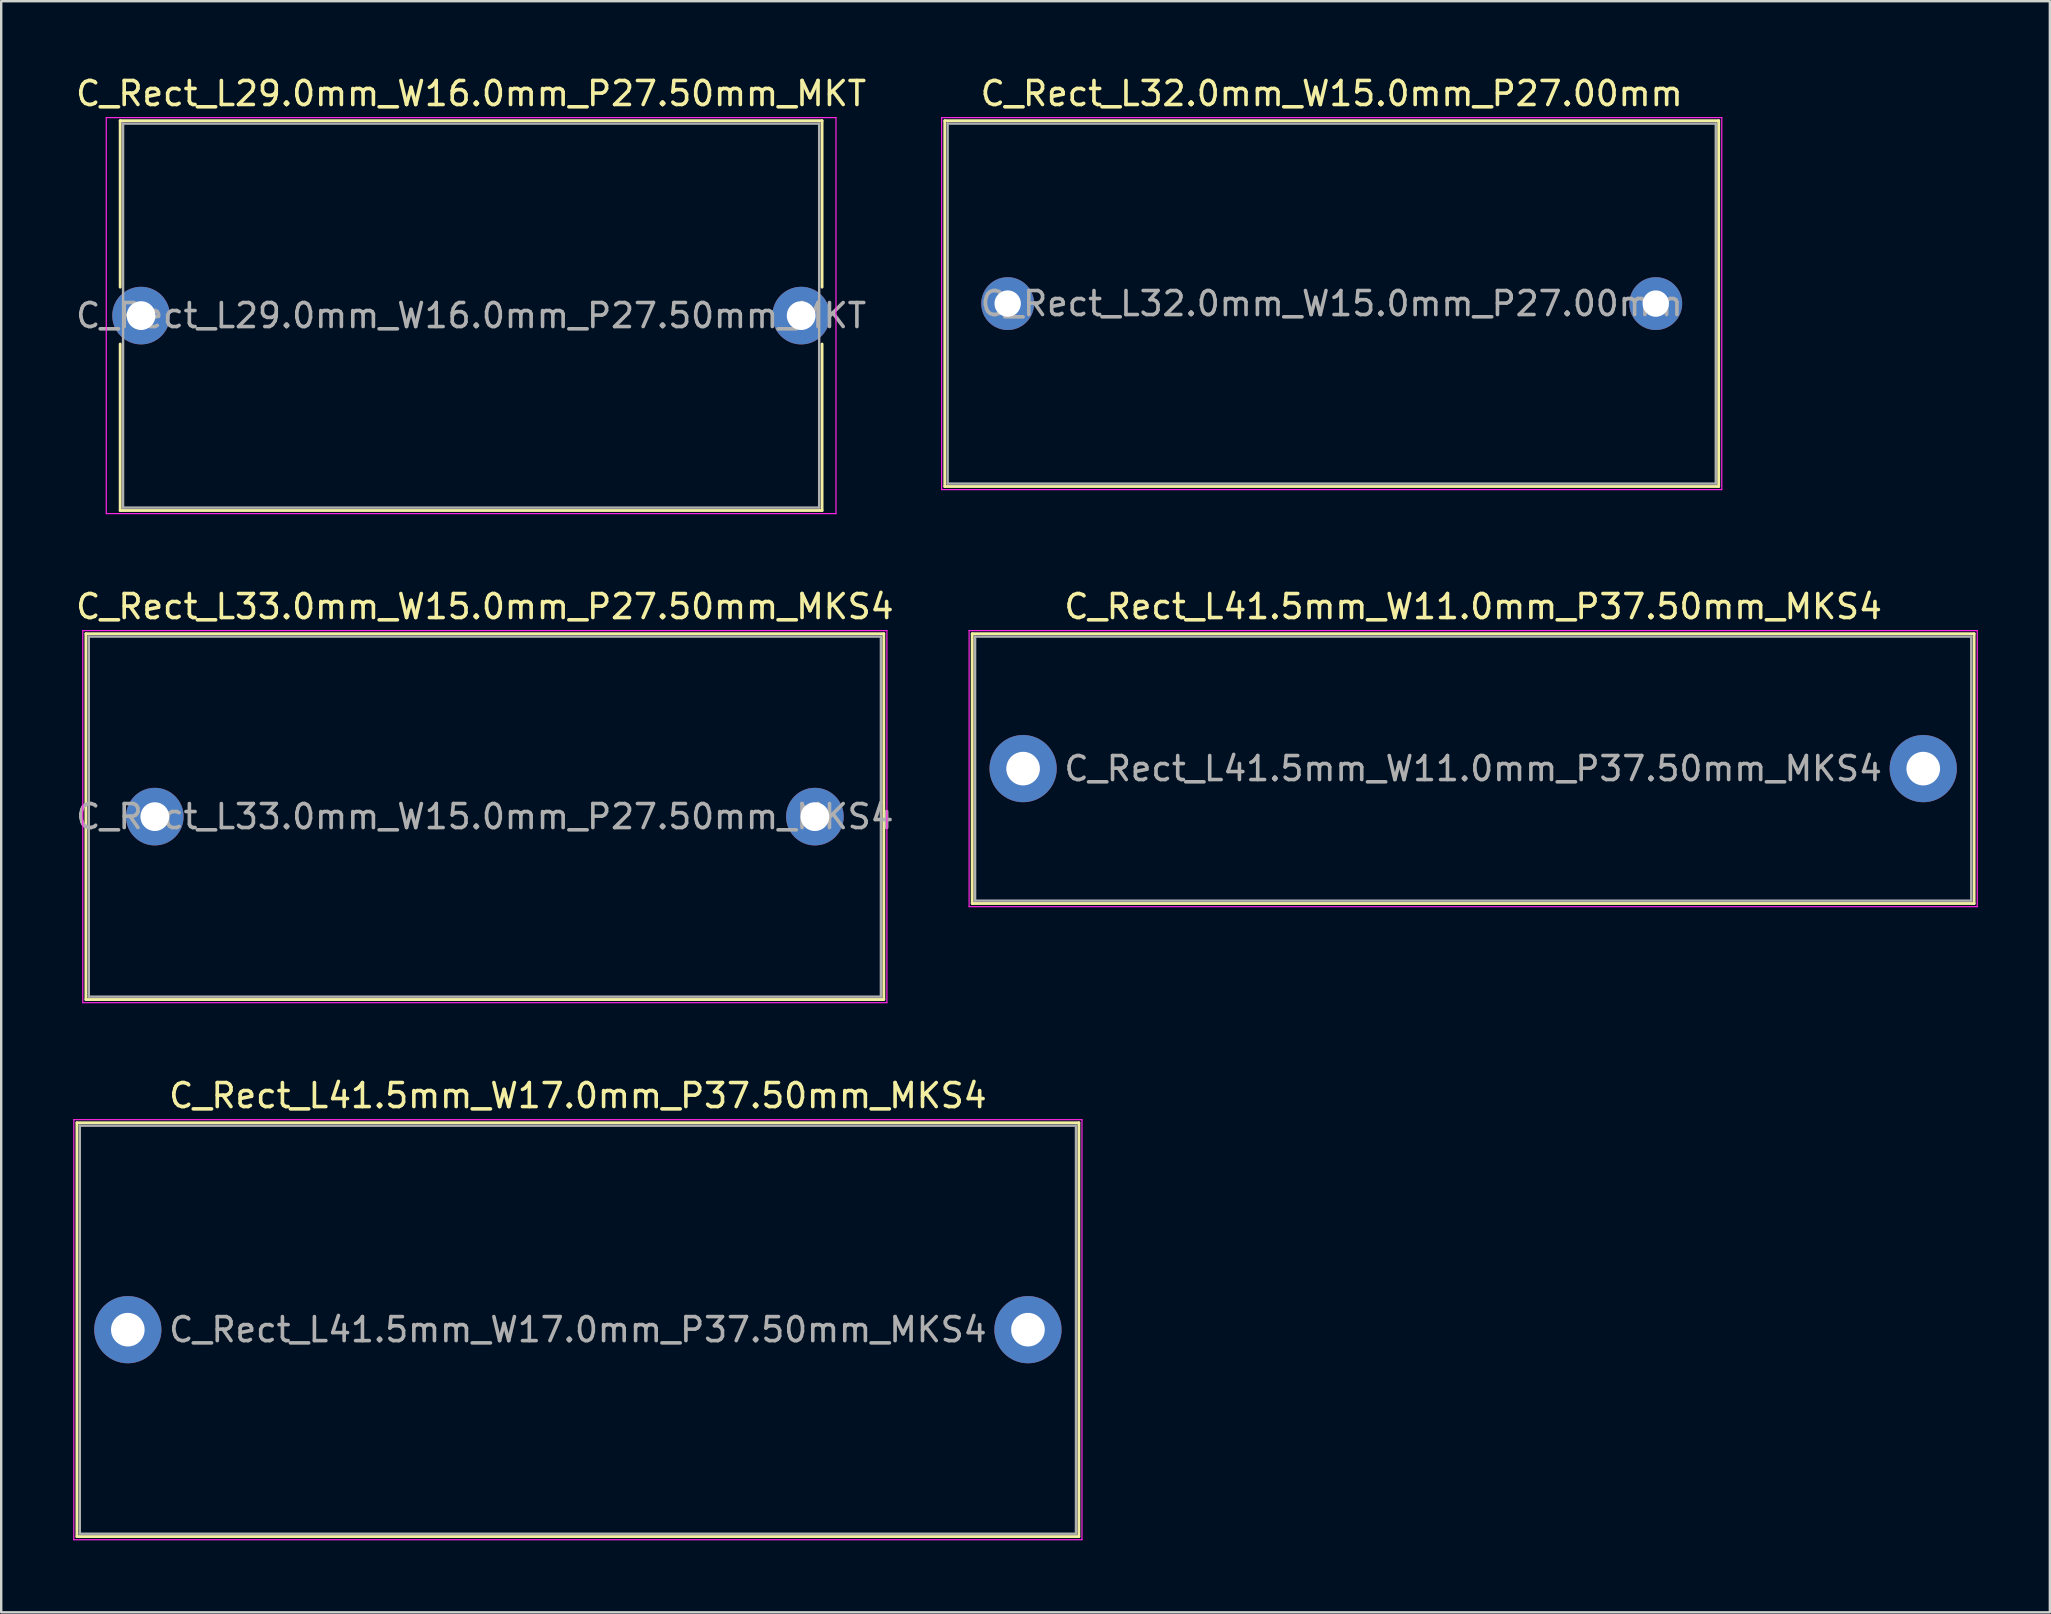
<source format=kicad_pcb>
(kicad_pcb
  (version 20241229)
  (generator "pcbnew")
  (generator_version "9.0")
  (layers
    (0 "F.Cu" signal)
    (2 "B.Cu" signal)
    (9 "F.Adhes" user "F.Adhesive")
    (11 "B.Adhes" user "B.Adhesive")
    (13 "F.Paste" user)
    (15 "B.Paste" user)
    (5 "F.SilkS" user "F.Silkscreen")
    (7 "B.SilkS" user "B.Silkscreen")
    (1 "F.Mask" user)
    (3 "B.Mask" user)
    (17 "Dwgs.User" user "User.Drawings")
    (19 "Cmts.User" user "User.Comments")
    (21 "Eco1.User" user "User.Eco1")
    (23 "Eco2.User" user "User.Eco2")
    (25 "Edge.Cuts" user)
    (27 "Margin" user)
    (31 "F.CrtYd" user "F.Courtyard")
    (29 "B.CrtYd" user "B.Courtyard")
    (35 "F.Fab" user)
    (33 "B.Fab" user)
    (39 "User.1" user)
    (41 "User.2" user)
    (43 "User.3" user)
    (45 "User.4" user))
  (footprint "C_Rect_L29.0mm_W16.0mm_P27.50mm_MKT"
    (layer "F.Cu")
    (at 2.827 10.098)
    (property "Reference" "C_Rect_L29.0mm_W16.0mm_P27.50mm_MKT" (at 13.75 -9.25 0) (layer "F.SilkS") (effects (font (size 1 1) (thickness 0.15))))
    (attr through_hole)
    (fp_line (start -0.87 -8.12) (end -0.87 -1.185) (stroke (width 0.12) (type solid)) (layer "F.SilkS"))
    (fp_line (start -0.87 -8.12) (end 28.37 -8.12) (stroke (width 0.12) (type solid)) (layer "F.SilkS"))
    (fp_line (start -0.87 1.185) (end -0.87 8.12) (stroke (width 0.12) (type solid)) (layer "F.SilkS"))
    (fp_line (start -0.87 8.12) (end 28.37 8.12) (stroke (width 0.12) (type solid)) (layer "F.SilkS"))
    (fp_line (start 28.37 -8.12) (end 28.37 -1.185) (stroke (width 0.12) (type solid)) (layer "F.SilkS"))
    (fp_line (start 28.37 1.185) (end 28.37 8.12) (stroke (width 0.12) (type solid)) (layer "F.SilkS"))
    (fp_line (start -1.45 -8.25) (end -1.45 8.25) (stroke (width 0.05) (type solid)) (layer "F.CrtYd"))
    (fp_line (start -1.45 8.25) (end 28.95 8.25) (stroke (width 0.05) (type solid)) (layer "F.CrtYd"))
    (fp_line (start 28.95 -8.25) (end -1.45 -8.25) (stroke (width 0.05) (type solid)) (layer "F.CrtYd"))
    (fp_line (start 28.95 8.25) (end 28.95 -8.25) (stroke (width 0.05) (type solid)) (layer "F.CrtYd"))
    (fp_line (start -0.75 -8) (end -0.75 8) (stroke (width 0.1) (type solid)) (layer "F.Fab"))
    (fp_line (start -0.75 8) (end 28.25 8) (stroke (width 0.1) (type solid)) (layer "F.Fab"))
    (fp_line (start 28.25 -8) (end -0.75 -8) (stroke (width 0.1) (type solid)) (layer "F.Fab"))
    (fp_line (start 28.25 8) (end 28.25 -8) (stroke (width 0.1) (type solid)) (layer "F.Fab"))
    (fp_text user "${REFERENCE}" (at 13.75 0 0) (layer "F.Fab") (effects (font (size 1 1) (thickness 0.15))))
    (pad "1" thru_hole circle (at 0 0) (size 2.4 2.4) (drill 1.2) (layers "*.Cu" "*.Mask"))
    (pad "2" thru_hole circle (at 27.5 0) (size 2.4 2.4) (drill 1.2) (layers "*.Cu" "*.Mask")))
  (footprint "C_Rect_L41.5mm_W11.0mm_P37.50mm_MKS4"
    (layer "F.Cu")
    (at 39.573 28.971)
    (property "Reference" "C_Rect_L41.5mm_W11.0mm_P37.50mm_MKS4" (at 18.75 -6.75 0) (layer "F.SilkS") (effects (font (size 1 1) (thickness 0.15))))
    (attr through_hole)
    (fp_line (start -2.12 -5.62) (end -2.12 5.62) (stroke (width 0.12) (type solid)) (layer "F.SilkS"))
    (fp_line (start -2.12 -5.62) (end 39.62 -5.62) (stroke (width 0.12) (type solid)) (layer "F.SilkS"))
    (fp_line (start -2.12 5.62) (end 39.62 5.62) (stroke (width 0.12) (type solid)) (layer "F.SilkS"))
    (fp_line (start 39.62 -5.62) (end 39.62 5.62) (stroke (width 0.12) (type solid)) (layer "F.SilkS"))
    (fp_line (start -2.25 -5.75) (end -2.25 5.75) (stroke (width 0.05) (type solid)) (layer "F.CrtYd"))
    (fp_line (start -2.25 5.75) (end 39.75 5.75) (stroke (width 0.05) (type solid)) (layer "F.CrtYd"))
    (fp_line (start 39.75 -5.75) (end -2.25 -5.75) (stroke (width 0.05) (type solid)) (layer "F.CrtYd"))
    (fp_line (start 39.75 5.75) (end 39.75 -5.75) (stroke (width 0.05) (type solid)) (layer "F.CrtYd"))
    (fp_line (start -2 -5.5) (end -2 5.5) (stroke (width 0.1) (type solid)) (layer "F.Fab"))
    (fp_line (start -2 5.5) (end 39.5 5.5) (stroke (width 0.1) (type solid)) (layer "F.Fab"))
    (fp_line (start 39.5 -5.5) (end -2 -5.5) (stroke (width 0.1) (type solid)) (layer "F.Fab"))
    (fp_line (start 39.5 5.5) (end 39.5 -5.5) (stroke (width 0.1) (type solid)) (layer "F.Fab"))
    (fp_text user "${REFERENCE}" (at 18.75 0 0) (layer "F.Fab") (effects (font (size 1 1) (thickness 0.15))))
    (pad "1" thru_hole circle (at 0 0) (size 2.8 2.8) (drill 1.4) (layers "*.Cu" "*.Mask"))
    (pad "2" thru_hole circle (at 37.5 0) (size 2.8 2.8) (drill 1.4) (layers "*.Cu" "*.Mask")))
  (footprint "C_Rect_L33.0mm_W15.0mm_P27.50mm_MKS4"
    (layer "F.Cu")
    (at 3.399 30.971)
    (property "Reference" "C_Rect_L33.0mm_W15.0mm_P27.50mm_MKS4" (at 13.75 -8.75 0) (layer "F.SilkS") (effects (font (size 1 1) (thickness 0.15))))
    (attr through_hole)
    (fp_line (start -2.87 -7.62) (end -2.87 7.62) (stroke (width 0.12) (type solid)) (layer "F.SilkS"))
    (fp_line (start -2.87 -7.62) (end 30.37 -7.62) (stroke (width 0.12) (type solid)) (layer "F.SilkS"))
    (fp_line (start -2.87 7.62) (end 30.37 7.62) (stroke (width 0.12) (type solid)) (layer "F.SilkS"))
    (fp_line (start 30.37 -7.62) (end 30.37 7.62) (stroke (width 0.12) (type solid)) (layer "F.SilkS"))
    (fp_line (start -3 -7.75) (end -3 7.75) (stroke (width 0.05) (type solid)) (layer "F.CrtYd"))
    (fp_line (start -3 7.75) (end 30.5 7.75) (stroke (width 0.05) (type solid)) (layer "F.CrtYd"))
    (fp_line (start 30.5 -7.75) (end -3 -7.75) (stroke (width 0.05) (type solid)) (layer "F.CrtYd"))
    (fp_line (start 30.5 7.75) (end 30.5 -7.75) (stroke (width 0.05) (type solid)) (layer "F.CrtYd"))
    (fp_line (start -2.75 -7.5) (end -2.75 7.5) (stroke (width 0.1) (type solid)) (layer "F.Fab"))
    (fp_line (start -2.75 7.5) (end 30.25 7.5) (stroke (width 0.1) (type solid)) (layer "F.Fab"))
    (fp_line (start 30.25 -7.5) (end -2.75 -7.5) (stroke (width 0.1) (type solid)) (layer "F.Fab"))
    (fp_line (start 30.25 7.5) (end 30.25 -7.5) (stroke (width 0.1) (type solid)) (layer "F.Fab"))
    (fp_text user "${REFERENCE}" (at 13.75 0 0) (layer "F.Fab") (effects (font (size 1 1) (thickness 0.15))))
    (pad "1" thru_hole circle (at 0 0) (size 2.4 2.4) (drill 1.2) (layers "*.Cu" "*.Mask"))
    (pad "2" thru_hole circle (at 27.5 0) (size 2.4 2.4) (drill 1.2) (layers "*.Cu" "*.Mask")))
  (footprint "C_Rect_L32.0mm_W15.0mm_P27.00mm"
    (layer "F.Cu")
    (at 38.93 9.598)
    (property "Reference" "C_Rect_L32.0mm_W15.0mm_P27.00mm" (at 13.5 -8.75 0) (layer "F.SilkS") (effects (font (size 1 1) (thickness 0.15))))
    (attr through_hole)
    (fp_line (start -2.62 -7.62) (end -2.62 7.62) (stroke (width 0.12) (type solid)) (layer "F.SilkS"))
    (fp_line (start -2.62 -7.62) (end 29.62 -7.62) (stroke (width 0.12) (type solid)) (layer "F.SilkS"))
    (fp_line (start -2.62 7.62) (end 29.62 7.62) (stroke (width 0.12) (type solid)) (layer "F.SilkS"))
    (fp_line (start 29.62 -7.62) (end 29.62 7.62) (stroke (width 0.12) (type solid)) (layer "F.SilkS"))
    (fp_line (start -2.75 -7.75) (end -2.75 7.75) (stroke (width 0.05) (type solid)) (layer "F.CrtYd"))
    (fp_line (start -2.75 7.75) (end 29.75 7.75) (stroke (width 0.05) (type solid)) (layer "F.CrtYd"))
    (fp_line (start 29.75 -7.75) (end -2.75 -7.75) (stroke (width 0.05) (type solid)) (layer "F.CrtYd"))
    (fp_line (start 29.75 7.75) (end 29.75 -7.75) (stroke (width 0.05) (type solid)) (layer "F.CrtYd"))
    (fp_line (start -2.5 -7.5) (end -2.5 7.5) (stroke (width 0.1) (type solid)) (layer "F.Fab"))
    (fp_line (start -2.5 7.5) (end 29.5 7.5) (stroke (width 0.1) (type solid)) (layer "F.Fab"))
    (fp_line (start 29.5 -7.5) (end -2.5 -7.5) (stroke (width 0.1) (type solid)) (layer "F.Fab"))
    (fp_line (start 29.5 7.5) (end 29.5 -7.5) (stroke (width 0.1) (type solid)) (layer "F.Fab"))
    (fp_text user "${REFERENCE}" (at 13.5 0 0) (layer "F.Fab") (effects (font (size 1 1) (thickness 0.15))))
    (pad "1" thru_hole circle (at 0 0) (size 2.2 2.2) (drill 1.1) (layers "*.Cu" "*.Mask"))
    (pad "2" thru_hole circle (at 27 0) (size 2.2 2.2) (drill 1.1) (layers "*.Cu" "*.Mask")))
  (footprint "C_Rect_L41.5mm_W17.0mm_P37.50mm_MKS4"
    (layer "F.Cu")
    (at 2.275 52.345)
    (property "Reference" "C_Rect_L41.5mm_W17.0mm_P37.50mm_MKS4" (at 18.75 -9.75 0) (layer "F.SilkS") (effects (font (size 1 1) (thickness 0.15))))
    (attr through_hole)
    (fp_line (start -2.12 -8.62) (end -2.12 8.62) (stroke (width 0.12) (type solid)) (layer "F.SilkS"))
    (fp_line (start -2.12 -8.62) (end 39.62 -8.62) (stroke (width 0.12) (type solid)) (layer "F.SilkS"))
    (fp_line (start -2.12 8.62) (end 39.62 8.62) (stroke (width 0.12) (type solid)) (layer "F.SilkS"))
    (fp_line (start 39.62 -8.62) (end 39.62 8.62) (stroke (width 0.12) (type solid)) (layer "F.SilkS"))
    (fp_line (start -2.25 -8.75) (end -2.25 8.75) (stroke (width 0.05) (type solid)) (layer "F.CrtYd"))
    (fp_line (start -2.25 8.75) (end 39.75 8.75) (stroke (width 0.05) (type solid)) (layer "F.CrtYd"))
    (fp_line (start 39.75 -8.75) (end -2.25 -8.75) (stroke (width 0.05) (type solid)) (layer "F.CrtYd"))
    (fp_line (start 39.75 8.75) (end 39.75 -8.75) (stroke (width 0.05) (type solid)) (layer "F.CrtYd"))
    (fp_line (start -2 -8.5) (end -2 8.5) (stroke (width 0.1) (type solid)) (layer "F.Fab"))
    (fp_line (start -2 8.5) (end 39.5 8.5) (stroke (width 0.1) (type solid)) (layer "F.Fab"))
    (fp_line (start 39.5 -8.5) (end -2 -8.5) (stroke (width 0.1) (type solid)) (layer "F.Fab"))
    (fp_line (start 39.5 8.5) (end 39.5 -8.5) (stroke (width 0.1) (type solid)) (layer "F.Fab"))
    (fp_text user "${REFERENCE}" (at 18.75 0 0) (layer "F.Fab") (effects (font (size 1 1) (thickness 0.15))))
    (pad "1" thru_hole circle (at 0 0) (size 2.8 2.8) (drill 1.4) (layers "*.Cu" "*.Mask"))
    (pad "2" thru_hole circle (at 37.5 0) (size 2.8 2.8) (drill 1.4) (layers "*.Cu" "*.Mask")))
  (gr_rect
    (start -3 -3)
    (end 82.348 64.12)
    (stroke (width 0.1) (type default))
    (fill no)
    (layer "Edge.Cuts")))
</source>
